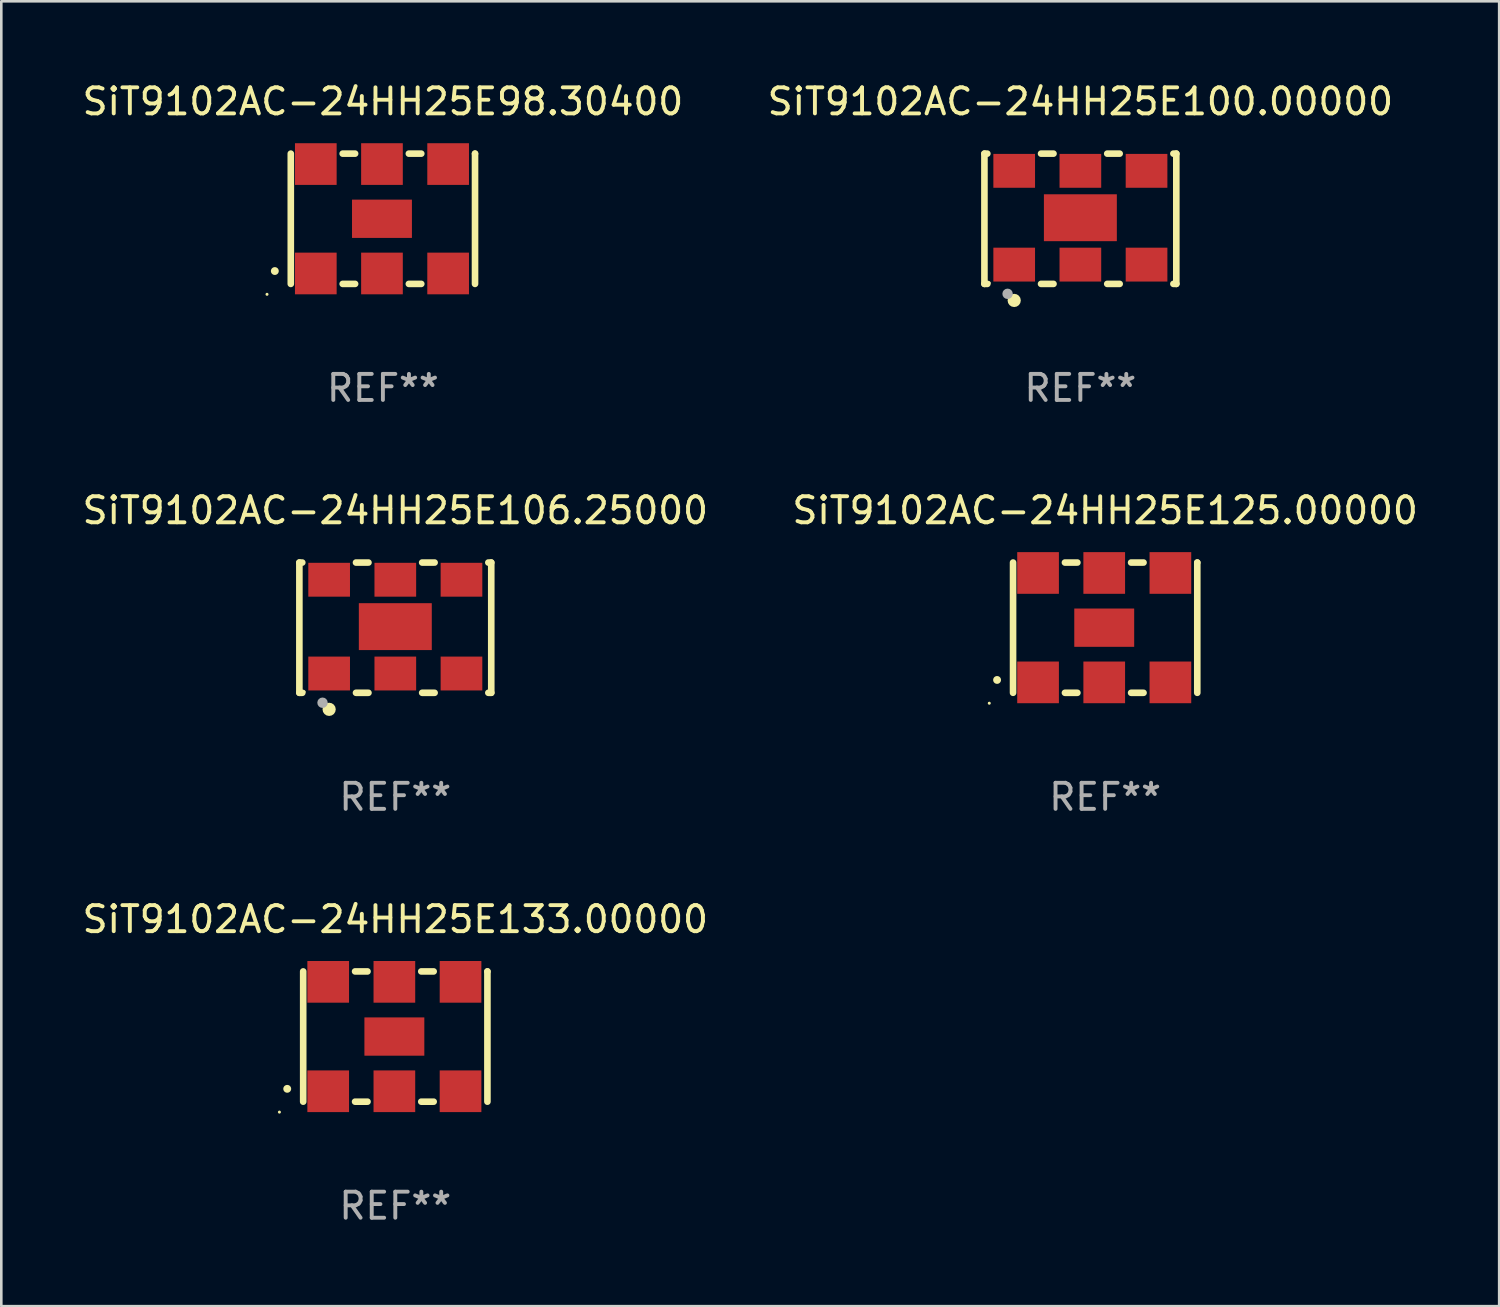
<source format=kicad_pcb>
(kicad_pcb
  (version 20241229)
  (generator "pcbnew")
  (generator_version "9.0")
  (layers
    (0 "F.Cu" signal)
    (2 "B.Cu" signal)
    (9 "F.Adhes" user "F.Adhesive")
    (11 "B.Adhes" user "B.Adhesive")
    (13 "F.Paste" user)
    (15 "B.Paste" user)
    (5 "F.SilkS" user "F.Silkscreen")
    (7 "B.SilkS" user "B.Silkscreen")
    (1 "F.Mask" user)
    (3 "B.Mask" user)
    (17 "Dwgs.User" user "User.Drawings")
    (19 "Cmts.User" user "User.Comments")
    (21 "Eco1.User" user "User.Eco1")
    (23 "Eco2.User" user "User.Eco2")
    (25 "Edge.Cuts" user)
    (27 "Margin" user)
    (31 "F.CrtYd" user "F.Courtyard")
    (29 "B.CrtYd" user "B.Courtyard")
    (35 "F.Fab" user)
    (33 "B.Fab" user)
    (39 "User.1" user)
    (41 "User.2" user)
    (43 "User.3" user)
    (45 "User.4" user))
  (footprint "SiT9102AC-24HH25E98.30400"
    (layer "F.Cu")
    (at 11.649 5.348)
    (property "Reference" "SiT9102AC-24HH25E98.30400" (at 0 -4.5 0) (layer "F.SilkS") (effects (font (size 1 1) (thickness 0.15))))
    (attr through_hole)
    (fp_line (start -3.536 -2.5) (end -3.536 2.5) (stroke (width 0.254) (type solid)) (layer "F.SilkS"))
    (fp_line (start -1.544 2.5) (end -1.067 2.5) (stroke (width 0.254) (type solid)) (layer "F.SilkS"))
    (fp_line (start -1.067 -2.5) (end -1.544 -2.5) (stroke (width 0.254) (type solid)) (layer "F.SilkS"))
    (fp_line (start 0.996 2.5) (end 1.473 2.5) (stroke (width 0.254) (type solid)) (layer "F.SilkS"))
    (fp_line (start 1.473 -2.5) (end 0.996 -2.5) (stroke (width 0.254) (type solid)) (layer "F.SilkS"))
    (fp_line (start 3.536 -2.5) (end 3.536 -2.5) (stroke (width 0.254) (type solid)) (layer "F.SilkS"))
    (fp_line (start 3.536 2.5) (end 3.536 -2.5) (stroke (width 0.254) (type solid)) (layer "F.SilkS"))
    (fp_arc (start -4.150432 2.006604) (mid -4.149162 2.006599) (end -4.147892 2.006604) (stroke (width 0.3) (type solid)) (layer "F.SilkS"))
    (fp_circle (center -4.449 2.9) (end -4.419 2.9) (stroke (width 0.06) (type solid)) (fill no) (layer "F.SilkS"))
    (fp_text user "REF**" (at 0 6.5 0) (layer "F.Fab") (effects (font (size 1 1) (thickness 0.15))))
    (pad "1" smd rect (at -2.576 2.1) (size 1.6 1.6) (layers "F.Cu" "F.Mask" "F.Paste"))
    (pad "2" smd rect (at -0.036 2.1) (size 1.6 1.6) (layers "F.Cu" "F.Mask" "F.Paste"))
    (pad "3" smd rect (at 2.504 2.1) (size 1.6 1.6) (layers "F.Cu" "F.Mask" "F.Paste"))
    (pad "4" smd rect (at 2.504 -2.1) (size 1.6 1.6) (layers "F.Cu" "F.Mask" "F.Paste"))
    (pad "5" smd rect (at -0.036 -2.1) (size 1.6 1.6) (layers "F.Cu" "F.Mask" "F.Paste"))
    (pad "6" smd rect (at -2.576 -2.1) (size 1.6 1.6) (layers "F.Cu" "F.Mask" "F.Paste"))
    (pad "7" smd rect (at -0.036 0) (size 2.3 1.47) (layers "F.Cu" "F.Mask" "F.Paste")))
  (footprint "SiT9102AC-24HH25E106.25000"
    (layer "F.Cu")
    (at 12.125 21.045)
    (property "Reference" "SiT9102AC-24HH25E106.25000" (at 0 -4.5 0) (layer "F.SilkS") (effects (font (size 1 1) (thickness 0.15))))
    (attr through_hole)
    (fp_line (start -3.683 -2.5) (end -3.571 -2.5) (stroke (width 0.254) (type solid)) (layer "F.SilkS"))
    (fp_line (start -3.683 2.5) (end -3.683 -2.5) (stroke (width 0.254) (type solid)) (layer "F.SilkS"))
    (fp_line (start -3.683 2.5) (end -3.571 2.5) (stroke (width 0.254) (type solid)) (layer "F.SilkS"))
    (fp_line (start -1.509 -2.5) (end -1.031 -2.5) (stroke (width 0.254) (type solid)) (layer "F.SilkS"))
    (fp_line (start -1.509 2.5) (end -1.031 2.5) (stroke (width 0.254) (type solid)) (layer "F.SilkS"))
    (fp_line (start 1.031 -2.5) (end 1.509 -2.5) (stroke (width 0.254) (type solid)) (layer "F.SilkS"))
    (fp_line (start 1.031 2.5) (end 1.509 2.5) (stroke (width 0.254) (type solid)) (layer "F.SilkS"))
    (fp_line (start 3.571 -2.5) (end 3.683 -2.5) (stroke (width 0.254) (type solid)) (layer "F.SilkS"))
    (fp_line (start 3.571 2.5) (end 3.683 2.5) (stroke (width 0.254) (type solid)) (layer "F.SilkS"))
    (fp_line (start 3.683 2.5) (end 3.683 -2.5) (stroke (width 0.254) (type solid)) (layer "F.SilkS"))
    (fp_circle (center -3.5 2.46) (end -3.47 2.46) (stroke (width 0.06) (type solid)) (fill no) (layer "F.SilkS"))
    (fp_circle (center -2.54 3.135) (end -2.413 3.135) (stroke (width 0.254) (type solid)) (fill no) (layer "F.SilkS"))
    (fp_circle (center -2.794 2.881) (end -2.694 2.881) (stroke (width 0.2) (type solid)) (fill no) (layer "F.Fab"))
    (fp_text user "REF**" (at 0 6.5 0) (layer "F.Fab") (effects (font (size 1 1) (thickness 0.15))))
    (pad "1" smd rect (at -2.54 1.76) (size 1.6 1.3) (layers "F.Cu" "F.Mask" "F.Paste"))
    (pad "2" smd rect (at 0 1.76) (size 1.6 1.3) (layers "F.Cu" "F.Mask" "F.Paste"))
    (pad "3" smd rect (at 2.54 1.76) (size 1.6 1.3) (layers "F.Cu" "F.Mask" "F.Paste"))
    (pad "4" smd rect (at 2.54 -1.84) (size 1.6 1.3) (layers "F.Cu" "F.Mask" "F.Paste"))
    (pad "5" smd rect (at 0 -1.84) (size 1.6 1.3) (layers "F.Cu" "F.Mask" "F.Paste"))
    (pad "6" smd rect (at -2.54 -1.84) (size 1.6 1.3) (layers "F.Cu" "F.Mask" "F.Paste"))
    (pad "7" smd rect (at 0 -0.04) (size 2.8 1.8) (layers "F.Cu" "F.Mask" "F.Paste")))
  (footprint "SiT9102AC-24HH25E100.00000"
    (layer "F.Cu")
    (at 38.423 5.348)
    (property "Reference" "SiT9102AC-24HH25E100.00000" (at 0 -4.5 0) (layer "F.SilkS") (effects (font (size 1 1) (thickness 0.15))))
    (attr through_hole)
    (fp_line (start -3.683 -2.5) (end -3.571 -2.5) (stroke (width 0.254) (type solid)) (layer "F.SilkS"))
    (fp_line (start -3.683 2.5) (end -3.683 -2.5) (stroke (width 0.254) (type solid)) (layer "F.SilkS"))
    (fp_line (start -3.683 2.5) (end -3.571 2.5) (stroke (width 0.254) (type solid)) (layer "F.SilkS"))
    (fp_line (start -1.509 -2.5) (end -1.031 -2.5) (stroke (width 0.254) (type solid)) (layer "F.SilkS"))
    (fp_line (start -1.509 2.5) (end -1.031 2.5) (stroke (width 0.254) (type solid)) (layer "F.SilkS"))
    (fp_line (start 1.031 -2.5) (end 1.509 -2.5) (stroke (width 0.254) (type solid)) (layer "F.SilkS"))
    (fp_line (start 1.031 2.5) (end 1.509 2.5) (stroke (width 0.254) (type solid)) (layer "F.SilkS"))
    (fp_line (start 3.571 -2.5) (end 3.683 -2.5) (stroke (width 0.254) (type solid)) (layer "F.SilkS"))
    (fp_line (start 3.571 2.5) (end 3.683 2.5) (stroke (width 0.254) (type solid)) (layer "F.SilkS"))
    (fp_line (start 3.683 2.5) (end 3.683 -2.5) (stroke (width 0.254) (type solid)) (layer "F.SilkS"))
    (fp_circle (center -3.5 2.46) (end -3.47 2.46) (stroke (width 0.06) (type solid)) (fill no) (layer "F.SilkS"))
    (fp_circle (center -2.54 3.135) (end -2.413 3.135) (stroke (width 0.254) (type solid)) (fill no) (layer "F.SilkS"))
    (fp_circle (center -2.794 2.881) (end -2.694 2.881) (stroke (width 0.2) (type solid)) (fill no) (layer "F.Fab"))
    (fp_text user "REF**" (at 0 6.5 0) (layer "F.Fab") (effects (font (size 1 1) (thickness 0.15))))
    (pad "1" smd rect (at -2.54 1.76) (size 1.6 1.3) (layers "F.Cu" "F.Mask" "F.Paste"))
    (pad "2" smd rect (at 0 1.76) (size 1.6 1.3) (layers "F.Cu" "F.Mask" "F.Paste"))
    (pad "3" smd rect (at 2.54 1.76) (size 1.6 1.3) (layers "F.Cu" "F.Mask" "F.Paste"))
    (pad "4" smd rect (at 2.54 -1.84) (size 1.6 1.3) (layers "F.Cu" "F.Mask" "F.Paste"))
    (pad "5" smd rect (at 0 -1.84) (size 1.6 1.3) (layers "F.Cu" "F.Mask" "F.Paste"))
    (pad "6" smd rect (at -2.54 -1.84) (size 1.6 1.3) (layers "F.Cu" "F.Mask" "F.Paste"))
    (pad "7" smd rect (at 0 -0.04) (size 2.8 1.8) (layers "F.Cu" "F.Mask" "F.Paste")))
  (footprint "SiT9102AC-24HH25E133.00000"
    (layer "F.Cu")
    (at 12.125 36.741)
    (property "Reference" "SiT9102AC-24HH25E133.00000" (at 0 -4.5 0) (layer "F.SilkS") (effects (font (size 1 1) (thickness 0.15))))
    (attr through_hole)
    (fp_line (start -3.536 -2.5) (end -3.536 2.5) (stroke (width 0.254) (type solid)) (layer "F.SilkS"))
    (fp_line (start -1.544 2.5) (end -1.067 2.5) (stroke (width 0.254) (type solid)) (layer "F.SilkS"))
    (fp_line (start -1.067 -2.5) (end -1.544 -2.5) (stroke (width 0.254) (type solid)) (layer "F.SilkS"))
    (fp_line (start 0.996 2.5) (end 1.473 2.5) (stroke (width 0.254) (type solid)) (layer "F.SilkS"))
    (fp_line (start 1.473 -2.5) (end 0.996 -2.5) (stroke (width 0.254) (type solid)) (layer "F.SilkS"))
    (fp_line (start 3.536 -2.5) (end 3.536 -2.5) (stroke (width 0.254) (type solid)) (layer "F.SilkS"))
    (fp_line (start 3.536 2.5) (end 3.536 -2.5) (stroke (width 0.254) (type solid)) (layer "F.SilkS"))
    (fp_arc (start -4.150432 2.006604) (mid -4.149162 2.006599) (end -4.147892 2.006604) (stroke (width 0.3) (type solid)) (layer "F.SilkS"))
    (fp_circle (center -4.449 2.9) (end -4.419 2.9) (stroke (width 0.06) (type solid)) (fill no) (layer "F.SilkS"))
    (fp_text user "REF**" (at 0 6.5 0) (layer "F.Fab") (effects (font (size 1 1) (thickness 0.15))))
    (pad "1" smd rect (at -2.576 2.1) (size 1.6 1.6) (layers "F.Cu" "F.Mask" "F.Paste"))
    (pad "2" smd rect (at -0.036 2.1) (size 1.6 1.6) (layers "F.Cu" "F.Mask" "F.Paste"))
    (pad "3" smd rect (at 2.504 2.1) (size 1.6 1.6) (layers "F.Cu" "F.Mask" "F.Paste"))
    (pad "4" smd rect (at 2.504 -2.1) (size 1.6 1.6) (layers "F.Cu" "F.Mask" "F.Paste"))
    (pad "5" smd rect (at -0.036 -2.1) (size 1.6 1.6) (layers "F.Cu" "F.Mask" "F.Paste"))
    (pad "6" smd rect (at -2.576 -2.1) (size 1.6 1.6) (layers "F.Cu" "F.Mask" "F.Paste"))
    (pad "7" smd rect (at -0.036 0) (size 2.3 1.47) (layers "F.Cu" "F.Mask" "F.Paste")))
  (footprint "SiT9102AC-24HH25E125.00000"
    (layer "F.Cu")
    (at 39.375 21.045)
    (property "Reference" "SiT9102AC-24HH25E125.00000" (at 0 -4.5 0) (layer "F.SilkS") (effects (font (size 1 1) (thickness 0.15))))
    (attr through_hole)
    (fp_line (start -3.536 -2.5) (end -3.536 2.5) (stroke (width 0.254) (type solid)) (layer "F.SilkS"))
    (fp_line (start -1.544 2.5) (end -1.067 2.5) (stroke (width 0.254) (type solid)) (layer "F.SilkS"))
    (fp_line (start -1.067 -2.5) (end -1.544 -2.5) (stroke (width 0.254) (type solid)) (layer "F.SilkS"))
    (fp_line (start 0.996 2.5) (end 1.473 2.5) (stroke (width 0.254) (type solid)) (layer "F.SilkS"))
    (fp_line (start 1.473 -2.5) (end 0.996 -2.5) (stroke (width 0.254) (type solid)) (layer "F.SilkS"))
    (fp_line (start 3.536 -2.5) (end 3.536 -2.5) (stroke (width 0.254) (type solid)) (layer "F.SilkS"))
    (fp_line (start 3.536 2.5) (end 3.536 -2.5) (stroke (width 0.254) (type solid)) (layer "F.SilkS"))
    (fp_arc (start -4.150432 2.006604) (mid -4.149162 2.006599) (end -4.147892 2.006604) (stroke (width 0.3) (type solid)) (layer "F.SilkS"))
    (fp_circle (center -4.449 2.9) (end -4.419 2.9) (stroke (width 0.06) (type solid)) (fill no) (layer "F.SilkS"))
    (fp_text user "REF**" (at 0 6.5 0) (layer "F.Fab") (effects (font (size 1 1) (thickness 0.15))))
    (pad "1" smd rect (at -2.576 2.1) (size 1.6 1.6) (layers "F.Cu" "F.Mask" "F.Paste"))
    (pad "2" smd rect (at -0.036 2.1) (size 1.6 1.6) (layers "F.Cu" "F.Mask" "F.Paste"))
    (pad "3" smd rect (at 2.504 2.1) (size 1.6 1.6) (layers "F.Cu" "F.Mask" "F.Paste"))
    (pad "4" smd rect (at 2.504 -2.1) (size 1.6 1.6) (layers "F.Cu" "F.Mask" "F.Paste"))
    (pad "5" smd rect (at -0.036 -2.1) (size 1.6 1.6) (layers "F.Cu" "F.Mask" "F.Paste"))
    (pad "6" smd rect (at -2.576 -2.1) (size 1.6 1.6) (layers "F.Cu" "F.Mask" "F.Paste"))
    (pad "7" smd rect (at -0.036 0) (size 2.3 1.47) (layers "F.Cu" "F.Mask" "F.Paste")))
  (gr_rect
    (start -3 -3)
    (end 54.5 47.09)
    (stroke (width 0.1) (type default))
    (fill no)
    (layer "Edge.Cuts")))
</source>
